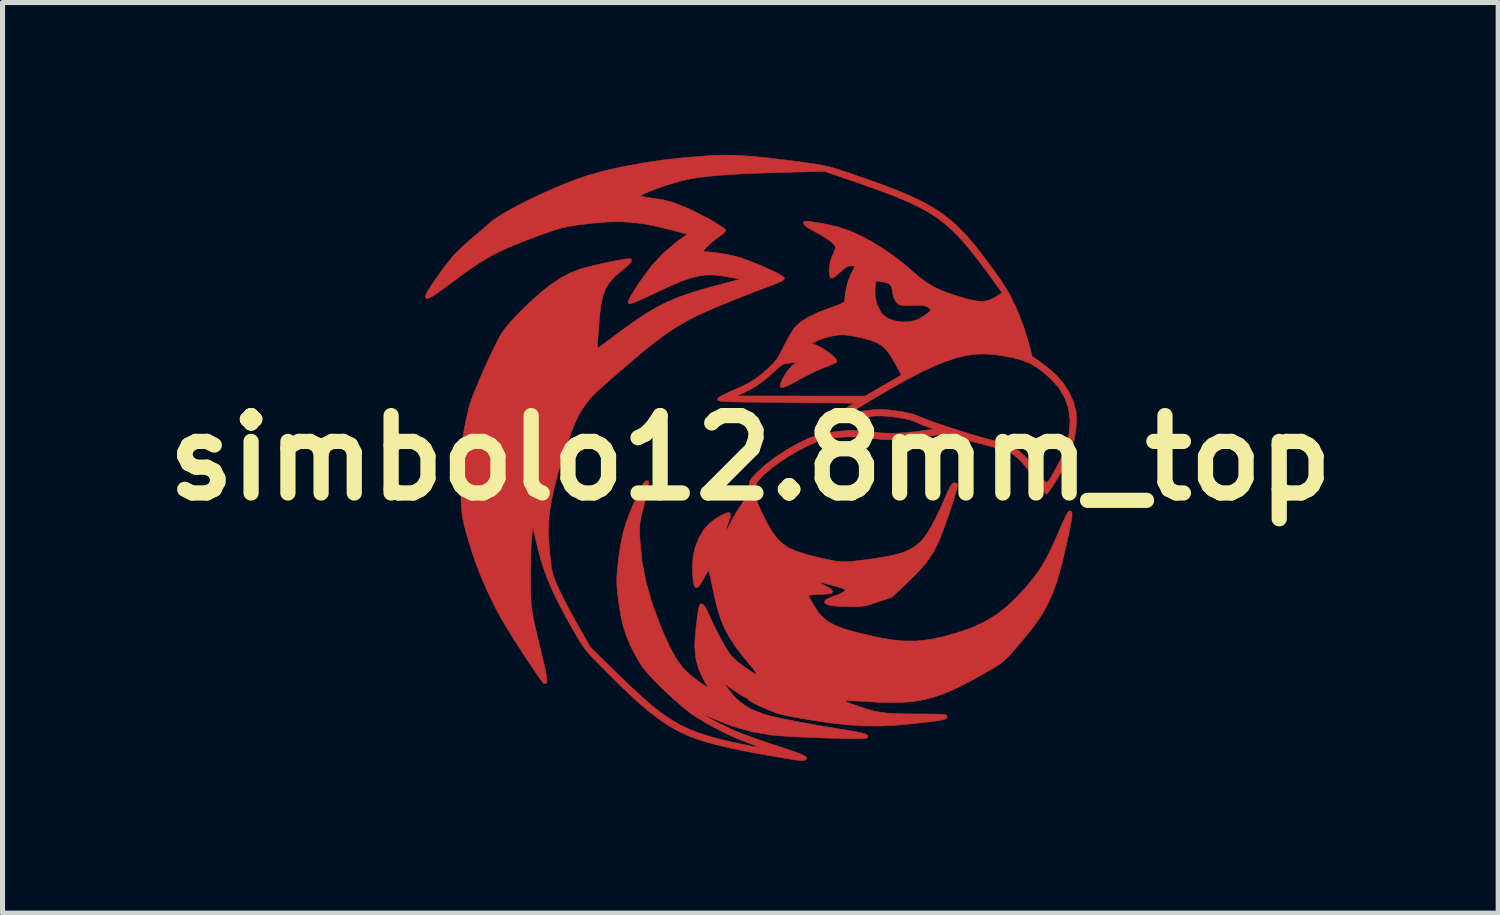
<source format=kicad_pcb>
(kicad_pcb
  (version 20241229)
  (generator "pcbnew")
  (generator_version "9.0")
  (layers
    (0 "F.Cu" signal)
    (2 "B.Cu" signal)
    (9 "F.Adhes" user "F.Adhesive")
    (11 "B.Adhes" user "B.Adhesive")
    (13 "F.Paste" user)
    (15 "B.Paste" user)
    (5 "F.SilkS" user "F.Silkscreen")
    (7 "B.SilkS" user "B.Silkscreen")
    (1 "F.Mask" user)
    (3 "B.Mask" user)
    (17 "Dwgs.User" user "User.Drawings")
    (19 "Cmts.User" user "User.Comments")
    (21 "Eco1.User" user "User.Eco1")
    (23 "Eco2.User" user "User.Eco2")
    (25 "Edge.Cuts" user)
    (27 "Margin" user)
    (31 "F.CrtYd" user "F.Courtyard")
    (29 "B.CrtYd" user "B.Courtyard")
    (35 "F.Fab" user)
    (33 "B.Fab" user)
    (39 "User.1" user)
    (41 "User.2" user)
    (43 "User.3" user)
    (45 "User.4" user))
  (footprint "simbolo12.8mm_top"
    (layer "F.Cu")
    (at 11.728 5.969)
    (property "Reference" "simbolo12.8mm_top" (at 0 0 0) (layer "F.SilkS") (effects (font (size 1.524 1.524) (thickness 0.3))))
    (attr through_hole)
    (fp_poly (pts (xy -0.376 -5.963) (xy -0.206 -5.957) (xy -0.019 -5.945) (xy 0.191 -5.926) (xy 0.433 -5.9) (xy 0.713 -5.865) (xy 0.912 -5.84) (xy 1.106 -5.814) (xy 1.261 -5.791) (xy 1.388 -5.77) (xy 1.498 -5.748) (xy 1.603 -5.721) (xy 1.713 -5.689) (xy 1.84 -5.647) (xy 1.953 -5.609) (xy 2.32 -5.482) (xy 2.643 -5.366) (xy 2.927 -5.256) (xy 3.178 -5.149) (xy 3.401 -5.041) (xy 3.6 -4.93) (xy 3.781 -4.81) (xy 3.949 -4.679) (xy 4.109 -4.533) (xy 4.266 -4.368) (xy 4.426 -4.181) (xy 4.593 -3.967) (xy 4.772 -3.725) (xy 4.925 -3.512) (xy 5.095 -3.24) (xy 5.248 -2.928) (xy 5.381 -2.586) (xy 5.464 -2.315) (xy 5.55 -2.001) (xy 5.698 -1.9) (xy 5.788 -1.833) (xy 5.894 -1.746) (xy 5.996 -1.657) (xy 6.017 -1.638) (xy 6.159 -1.478) (xy 6.278 -1.294) (xy 6.365 -1.1) (xy 6.414 -0.908) (xy 6.422 -0.834) (xy 6.42 -0.672) (xy 6.4 -0.487) (xy 6.364 -0.3) (xy 6.318 -0.128) (xy 6.277 -0.021) (xy 6.23 0.077) (xy 6.17 0.189) (xy 6.103 0.309) (xy 6.034 0.426) (xy 5.968 0.533) (xy 5.909 0.622) (xy 5.863 0.684) (xy 5.836 0.711) (xy 5.833 0.711) (xy 5.807 0.691) (xy 5.762 0.636) (xy 5.703 0.556) (xy 5.65 0.476) (xy 5.567 0.355) (xy 5.47 0.229) (xy 5.375 0.117) (xy 5.334 0.074) (xy 5.248 -0.011) (xy 5.177 -0.068) (xy 5.105 -0.109) (xy 5.013 -0.144) (xy 4.966 -0.16) (xy 4.836 -0.2) (xy 4.688 -0.241) (xy 4.552 -0.276) (xy 4.547 -0.277) (xy 4.415 -0.311) (xy 4.265 -0.354) (xy 4.126 -0.398) (xy 4.107 -0.404) (xy 3.883 -0.48) (xy 3.446 -0.418) (xy 3.188 -0.385) (xy 2.968 -0.365) (xy 2.773 -0.359) (xy 2.592 -0.365) (xy 2.414 -0.383) (xy 2.338 -0.395) (xy 2.125 -0.415) (xy 1.887 -0.414) (xy 1.643 -0.392) (xy 1.435 -0.356) (xy 1.299 -0.313) (xy 1.135 -0.242) (xy 0.956 -0.15) (xy 0.771 -0.043) (xy 0.592 0.073) (xy 0.429 0.192) (xy 0.292 0.307) (xy 0.249 0.348) (xy 0.177 0.423) (xy 0.134 0.477) (xy 0.112 0.525) (xy 0.103 0.583) (xy 0.1 0.648) (xy 0.101 0.723) (xy 0.11 0.791) (xy 0.133 0.865) (xy 0.172 0.959) (xy 0.215 1.053) (xy 0.321 1.268) (xy 0.42 1.44) (xy 0.521 1.577) (xy 0.63 1.684) (xy 0.755 1.768) (xy 0.905 1.836) (xy 1.086 1.894) (xy 1.257 1.938) (xy 1.433 1.979) (xy 1.57 2.009) (xy 1.679 2.03) (xy 1.771 2.041) (xy 1.857 2.045) (xy 1.949 2.041) (xy 2.056 2.03) (xy 2.191 2.014) (xy 2.248 2.007) (xy 2.503 1.971) (xy 2.713 1.935) (xy 2.886 1.896) (xy 3.028 1.851) (xy 3.146 1.798) (xy 3.247 1.736) (xy 3.337 1.66) (xy 3.379 1.619) (xy 3.456 1.522) (xy 3.544 1.38) (xy 3.642 1.198) (xy 3.747 0.979) (xy 3.837 0.775) (xy 3.892 0.649) (xy 3.934 0.565) (xy 3.968 0.514) (xy 3.997 0.491) (xy 4.01 0.487) (xy 4.061 0.497) (xy 4.079 0.518) (xy 4.077 0.556) (xy 4.059 0.633) (xy 4.028 0.741) (xy 3.987 0.873) (xy 3.94 1.019) (xy 3.887 1.171) (xy 3.834 1.322) (xy 3.781 1.464) (xy 3.732 1.587) (xy 3.69 1.685) (xy 3.683 1.699) (xy 3.614 1.834) (xy 3.541 1.953) (xy 3.458 2.068) (xy 3.356 2.186) (xy 3.229 2.319) (xy 3.087 2.458) (xy 2.789 2.742) (xy 2.506 2.837) (xy 2.379 2.879) (xy 2.283 2.906) (xy 2.198 2.921) (xy 2.108 2.928) (xy 1.994 2.928) (xy 1.93 2.927) (xy 1.756 2.922) (xy 1.626 2.913) (xy 1.538 2.897) (xy 1.485 2.875) (xy 1.462 2.846) (xy 1.46 2.833) (xy 1.475 2.8) (xy 1.524 2.768) (xy 1.613 2.733) (xy 1.745 2.683) (xy 1.83 2.641) (xy 1.867 2.608) (xy 1.863 2.591) (xy 1.833 2.577) (xy 1.769 2.555) (xy 1.684 2.529) (xy 1.59 2.503) (xy 1.5 2.479) (xy 1.426 2.461) (xy 1.38 2.452) (xy 1.372 2.453) (xy 1.392 2.469) (xy 1.446 2.5) (xy 1.5 2.528) (xy 1.582 2.576) (xy 1.618 2.617) (xy 1.621 2.636) (xy 1.609 2.657) (xy 1.578 2.671) (xy 1.518 2.68) (xy 1.419 2.686) (xy 1.378 2.687) (xy 1.276 2.692) (xy 1.196 2.698) (xy 1.15 2.704) (xy 1.143 2.708) (xy 1.155 2.735) (xy 1.187 2.794) (xy 1.232 2.873) (xy 1.242 2.891) (xy 1.311 3) (xy 1.382 3.092) (xy 1.462 3.17) (xy 1.556 3.238) (xy 1.67 3.298) (xy 1.809 3.352) (xy 1.98 3.405) (xy 2.189 3.459) (xy 2.441 3.517) (xy 2.5 3.53) (xy 2.775 3.58) (xy 3.028 3.605) (xy 3.274 3.604) (xy 3.525 3.576) (xy 3.793 3.52) (xy 4.051 3.449) (xy 4.352 3.346) (xy 4.614 3.226) (xy 4.848 3.084) (xy 5.064 2.913) (xy 5.247 2.736) (xy 5.401 2.57) (xy 5.531 2.419) (xy 5.642 2.274) (xy 5.741 2.126) (xy 5.834 1.964) (xy 5.926 1.779) (xy 6.024 1.563) (xy 6.099 1.388) (xy 6.151 1.268) (xy 6.199 1.166) (xy 6.238 1.091) (xy 6.264 1.051) (xy 6.269 1.048) (xy 6.309 1.042) (xy 6.331 1.067) (xy 6.336 1.126) (xy 6.324 1.225) (xy 6.3 1.35) (xy 6.229 1.681) (xy 6.163 1.967) (xy 6.099 2.216) (xy 6.035 2.434) (xy 5.967 2.627) (xy 5.893 2.802) (xy 5.811 2.964) (xy 5.716 3.122) (xy 5.607 3.28) (xy 5.48 3.445) (xy 5.333 3.623) (xy 5.227 3.747) (xy 5.136 3.851) (xy 5.063 3.931) (xy 4.996 3.994) (xy 4.927 4.049) (xy 4.842 4.105) (xy 4.733 4.17) (xy 4.62 4.235) (xy 4.337 4.392) (xy 4.084 4.521) (xy 3.855 4.624) (xy 3.641 4.702) (xy 3.431 4.758) (xy 3.219 4.795) (xy 2.994 4.814) (xy 2.749 4.818) (xy 2.475 4.808) (xy 2.384 4.803) (xy 2.195 4.792) (xy 2.053 4.784) (xy 1.954 4.78) (xy 1.893 4.78) (xy 1.868 4.785) (xy 1.875 4.795) (xy 1.908 4.811) (xy 1.965 4.832) (xy 1.994 4.842) (xy 2.165 4.902) (xy 2.31 4.949) (xy 2.44 4.983) (xy 2.565 5.008) (xy 2.696 5.024) (xy 2.844 5.034) (xy 3.02 5.039) (xy 3.235 5.041) (xy 3.264 5.041) (xy 3.455 5.041) (xy 3.602 5.042) (xy 3.709 5.045) (xy 3.784 5.048) (xy 3.832 5.054) (xy 3.859 5.062) (xy 3.871 5.074) (xy 3.873 5.089) (xy 3.873 5.092) (xy 3.871 5.112) (xy 3.86 5.128) (xy 3.835 5.142) (xy 3.79 5.156) (xy 3.72 5.169) (xy 3.619 5.184) (xy 3.481 5.201) (xy 3.301 5.222) (xy 3.2 5.233) (xy 2.867 5.264) (xy 2.552 5.279) (xy 2.243 5.276) (xy 1.925 5.256) (xy 1.583 5.218) (xy 1.344 5.185) (xy 1.171 5.157) (xy 1.001 5.129) (xy 0.846 5.101) (xy 0.716 5.076) (xy 0.625 5.056) (xy 0.62 5.055) (xy 0.527 5.027) (xy 0.417 4.987) (xy 0.3 4.939) (xy 0.186 4.889) (xy 0.084 4.839) (xy 0.005 4.796) (xy -0.042 4.762) (xy -0.051 4.749) (xy -0.071 4.726) (xy -0.083 4.724) (xy -0.116 4.71) (xy -0.18 4.673) (xy -0.263 4.619) (xy -0.314 4.583) (xy -0.513 4.442) (xy -0.429 4.56) (xy -0.292 4.724) (xy -0.139 4.854) (xy 0.041 4.958) (xy 0.259 5.042) (xy 0.291 5.052) (xy 0.395 5.081) (xy 0.542 5.114) (xy 0.726 5.153) (xy 0.94 5.195) (xy 1.176 5.238) (xy 1.428 5.282) (xy 1.689 5.326) (xy 1.838 5.35) (xy 2.015 5.379) (xy 2.147 5.404) (xy 2.237 5.426) (xy 2.291 5.448) (xy 2.313 5.472) (xy 2.307 5.498) (xy 2.291 5.517) (xy 2.259 5.523) (xy 2.184 5.526) (xy 2.071 5.528) (xy 1.928 5.527) (xy 1.762 5.524) (xy 1.579 5.519) (xy 1.386 5.513) (xy 1.19 5.505) (xy 0.998 5.497) (xy 0.817 5.487) (xy 0.653 5.477) (xy 0.513 5.467) (xy 0.419 5.458) (xy 0.031 5.393) (xy -0.348 5.284) (xy -0.6 5.186) (xy -0.71 5.139) (xy -0.8 5.102) (xy -0.863 5.077) (xy -0.889 5.069) (xy -0.889 5.069) (xy -0.868 5.087) (xy -0.809 5.121) (xy -0.724 5.168) (xy -0.62 5.221) (xy -0.507 5.277) (xy -0.395 5.331) (xy -0.292 5.378) (xy -0.241 5.399) (xy -0.148 5.436) (xy -0.017 5.484) (xy 0.14 5.539) (xy 0.312 5.599) (xy 0.49 5.659) (xy 0.546 5.677) (xy 0.729 5.737) (xy 0.868 5.785) (xy 0.969 5.822) (xy 1.038 5.852) (xy 1.08 5.875) (xy 1.101 5.894) (xy 1.105 5.908) (xy 1.096 5.938) (xy 1.065 5.955) (xy 1.006 5.959) (xy 0.911 5.95) (xy 0.774 5.93) (xy 0.762 5.928) (xy 0.39 5.864) (xy 0.064 5.805) (xy -0.222 5.75) (xy -0.47 5.696) (xy -0.687 5.644) (xy -0.877 5.592) (xy -1.045 5.538) (xy -1.194 5.483) (xy -1.272 5.45) (xy -1.443 5.368) (xy -1.616 5.268) (xy -1.797 5.146) (xy -1.989 4.998) (xy -2.197 4.823) (xy -2.424 4.615) (xy -2.675 4.373) (xy -2.848 4.199) (xy -2.984 4.062) (xy -3.09 3.952) (xy -3.174 3.861) (xy -3.241 3.781) (xy -3.298 3.705) (xy -3.353 3.622) (xy -3.411 3.526) (xy -3.479 3.408) (xy -3.481 3.404) (xy -3.641 3.119) (xy -3.774 2.867) (xy -3.886 2.639) (xy -3.979 2.427) (xy -4.057 2.221) (xy -4.124 2.014) (xy -4.183 1.795) (xy -4.215 1.664) (xy -4.263 1.458) (xy -3.98 1.458) (xy -3.975 1.587) (xy -3.958 1.793) (xy -3.943 1.958) (xy -3.928 2.089) (xy -3.911 2.195) (xy -3.89 2.287) (xy -3.863 2.371) (xy -3.828 2.458) (xy -3.784 2.555) (xy -3.758 2.611) (xy -3.692 2.745) (xy -3.609 2.906) (xy -3.517 3.078) (xy -3.425 3.245) (xy -3.38 3.325) (xy -3.151 3.726) (xy -2.636 4.231) (xy -2.383 4.476) (xy -2.158 4.685) (xy -1.953 4.864) (xy -1.762 5.015) (xy -1.58 5.141) (xy -1.399 5.248) (xy -1.213 5.339) (xy -1.016 5.416) (xy -0.803 5.484) (xy -0.565 5.547) (xy -0.298 5.608) (xy -0.269 5.614) (xy -0.119 5.646) (xy -0.012 5.668) (xy 0.06 5.681) (xy 0.102 5.687) (xy 0.122 5.686) (xy 0.127 5.68) (xy 0.105 5.668) (xy 0.046 5.644) (xy -0.039 5.613) (xy -0.07 5.602) (xy -0.251 5.531) (xy -0.456 5.439) (xy -0.669 5.332) (xy -0.877 5.219) (xy -1.061 5.107) (xy -1.159 5.042) (xy -0.94 5.042) (xy -0.927 5.055) (xy -0.914 5.042) (xy -0.927 5.029) (xy -0.94 5.042) (xy -1.159 5.042) (xy -1.168 5.036) (xy -1.267 4.96) (xy -1.39 4.857) (xy -1.525 4.738) (xy -1.661 4.612) (xy -1.759 4.517) (xy -1.887 4.388) (xy -1.985 4.284) (xy -2.062 4.197) (xy -2.124 4.117) (xy -2.179 4.034) (xy -2.235 3.94) (xy -2.257 3.901) (xy -2.362 3.699) (xy -2.443 3.506) (xy -2.506 3.309) (xy -2.555 3.091) (xy -2.594 2.839) (xy -2.595 2.832) (xy -2.615 2.671) (xy -2.627 2.544) (xy -2.632 2.437) (xy -2.63 2.335) (xy -2.621 2.221) (xy -2.617 2.172) (xy -2.586 1.908) (xy -2.551 1.682) (xy -2.507 1.478) (xy -2.451 1.284) (xy -2.379 1.085) (xy -2.287 0.867) (xy -2.239 0.762) (xy -2.176 0.629) (xy -2.129 0.536) (xy -2.092 0.479) (xy -2.063 0.45) (xy -2.044 0.445) (xy -2.018 0.449) (xy -2.003 0.468) (xy -1.999 0.506) (xy -2.007 0.57) (xy -2.028 0.666) (xy -2.061 0.801) (xy -2.094 0.927) (xy -2.132 1.07) (xy -2.157 1.178) (xy -2.173 1.268) (xy -2.18 1.352) (xy -2.181 1.447) (xy -2.178 1.567) (xy -2.176 1.6) (xy -2.137 2.024) (xy -2.05 2.464) (xy -1.917 2.92) (xy -1.736 3.393) (xy -1.585 3.726) (xy -1.469 3.94) (xy -1.342 4.116) (xy -1.19 4.269) (xy -1.003 4.412) (xy -0.993 4.419) (xy -0.83 4.528) (xy -0.908 4.391) (xy -1.015 4.168) (xy -1.077 3.946) (xy -1.097 3.713) (xy -1.097 3.706) (xy -1.094 3.614) (xy -1.085 3.498) (xy -1.073 3.367) (xy -1.058 3.233) (xy -1.042 3.108) (xy -1.025 3.001) (xy -1.01 2.924) (xy -0.999 2.889) (xy -0.965 2.868) (xy -0.923 2.89) (xy -0.878 2.952) (xy -0.859 2.991) (xy -0.785 3.157) (xy -0.704 3.326) (xy -0.621 3.489) (xy -0.541 3.638) (xy -0.468 3.763) (xy -0.408 3.856) (xy -0.381 3.891) (xy -0.31 3.961) (xy -0.214 4.042) (xy -0.106 4.124) (xy -0.001 4.195) (xy 0.088 4.246) (xy 0.117 4.259) (xy 0.124 4.251) (xy 0.101 4.211) (xy 0.051 4.146) (xy 0.024 4.113) (xy -0.157 3.898) (xy -0.303 3.704) (xy -0.421 3.522) (xy -0.516 3.339) (xy -0.594 3.147) (xy -0.659 2.934) (xy -0.717 2.689) (xy -0.736 2.598) (xy -0.763 2.468) (xy -0.787 2.357) (xy -0.806 2.273) (xy -0.818 2.226) (xy -0.821 2.219) (xy -0.836 2.235) (xy -0.869 2.286) (xy -0.912 2.362) (xy -0.926 2.388) (xy -0.987 2.491) (xy -1.037 2.547) (xy -1.077 2.555) (xy -1.107 2.514) (xy -1.127 2.424) (xy -1.139 2.285) (xy -1.142 2.167) (xy -1.13 1.954) (xy -1.09 1.765) (xy -1.016 1.58) (xy -0.997 1.542) (xy -0.908 1.399) (xy -0.802 1.283) (xy -0.665 1.183) (xy -0.575 1.131) (xy -0.478 1.085) (xy -0.417 1.074) (xy -0.391 1.1) (xy -0.397 1.165) (xy -0.428 1.258) (xy -0.464 1.359) (xy -0.48 1.414) (xy -0.475 1.424) (xy -0.45 1.387) (xy -0.407 1.303) (xy -0.396 1.282) (xy -0.34 1.177) (xy -0.267 1.053) (xy -0.19 0.934) (xy -0.168 0.902) (xy -0.101 0.804) (xy -0.058 0.733) (xy -0.036 0.675) (xy -0.027 0.617) (xy -0.025 0.571) (xy -0.023 0.507) (xy -0.013 0.458) (xy 0.013 0.412) (xy 0.062 0.355) (xy 0.133 0.281) (xy 0.301 0.129) (xy 0.502 -0.023) (xy 0.722 -0.166) (xy 0.946 -0.293) (xy 1.163 -0.394) (xy 1.299 -0.444) (xy 1.497 -0.493) (xy 1.721 -0.526) (xy 1.953 -0.543) (xy 2.174 -0.541) (xy 2.35 -0.521) (xy 2.567 -0.493) (xy 2.791 -0.485) (xy 3.035 -0.496) (xy 3.301 -0.525) (xy 3.618 -0.567) (xy 3.491 -0.61) (xy 3.392 -0.647) (xy 3.293 -0.69) (xy 3.262 -0.706) (xy 3.171 -0.74) (xy 3.044 -0.771) (xy 2.896 -0.797) (xy 2.74 -0.817) (xy 2.592 -0.828) (xy 2.466 -0.828) (xy 2.438 -0.826) (xy 2.344 -0.815) (xy 2.219 -0.797) (xy 2.079 -0.777) (xy 1.971 -0.759) (xy 1.851 -0.741) (xy 1.747 -0.727) (xy 1.671 -0.721) (xy 1.634 -0.722) (xy 1.602 -0.748) (xy 1.613 -0.787) (xy 1.667 -0.841) (xy 1.75 -0.9) (xy 1.989 -0.9) (xy 2.015 -0.902) (xy 2.08 -0.909) (xy 2.175 -0.921) (xy 2.273 -0.933) (xy 2.403 -0.949) (xy 2.508 -0.956) (xy 2.606 -0.956) (xy 2.717 -0.947) (xy 2.859 -0.93) (xy 2.86 -0.93) (xy 3.038 -0.902) (xy 3.179 -0.87) (xy 3.297 -0.83) (xy 3.333 -0.814) (xy 3.435 -0.772) (xy 3.575 -0.72) (xy 3.743 -0.661) (xy 3.931 -0.598) (xy 4.128 -0.535) (xy 4.324 -0.474) (xy 4.509 -0.419) (xy 4.672 -0.373) (xy 4.736 -0.357) (xy 4.869 -0.321) (xy 4.998 -0.281) (xy 5.106 -0.243) (xy 5.172 -0.215) (xy 5.288 -0.141) (xy 5.415 -0.027) (xy 5.547 0.117) (xy 5.675 0.285) (xy 5.71 0.337) (xy 5.759 0.411) (xy 5.796 0.46) (xy 5.826 0.479) (xy 5.857 0.466) (xy 5.894 0.418) (xy 5.945 0.332) (xy 6.015 0.206) (xy 6.017 0.203) (xy 6.116 0.015) (xy 6.188 -0.15) (xy 6.239 -0.305) (xy 6.273 -0.467) (xy 6.275 -0.482) (xy 6.294 -0.737) (xy 6.265 -0.973) (xy 6.188 -1.193) (xy 6.064 -1.395) (xy 5.902 -1.571) (xy 5.758 -1.696) (xy 5.621 -1.795) (xy 5.482 -1.872) (xy 5.33 -1.931) (xy 5.154 -1.978) (xy 4.944 -2.015) (xy 4.796 -2.036) (xy 4.62 -2.049) (xy 4.44 -2.044) (xy 4.253 -2.018) (xy 4.054 -1.97) (xy 3.839 -1.899) (xy 3.604 -1.803) (xy 3.345 -1.681) (xy 3.058 -1.53) (xy 2.738 -1.351) (xy 2.472 -1.194) (xy 2.331 -1.11) (xy 2.207 -1.035) (xy 2.106 -0.973) (xy 2.032 -0.928) (xy 1.994 -0.903) (xy 1.989 -0.9) (xy 1.75 -0.9) (xy 1.766 -0.911) (xy 1.82 -0.945) (xy 2.04 -1.079) (xy 0.696 -1.092) (xy 0.401 -1.095) (xy 0.152 -1.098) (xy -0.054 -1.1) (xy -0.222 -1.103) (xy -0.354 -1.106) (xy -0.456 -1.11) (xy -0.531 -1.114) (xy -0.584 -1.119) (xy -0.618 -1.125) (xy -0.637 -1.132) (xy -0.646 -1.141) (xy -0.648 -1.151) (xy -0.648 -1.152) (xy -0.636 -1.178) (xy -0.597 -1.208) (xy -0.573 -1.222) (xy -0.267 -1.222) (xy 0.997 -1.22) (xy 2.26 -1.219) (xy 2.971 -1.634) (xy 2.863 -1.836) (xy 2.776 -1.989) (xy 2.693 -2.107) (xy 2.605 -2.196) (xy 2.501 -2.264) (xy 2.371 -2.316) (xy 2.208 -2.36) (xy 2.081 -2.387) (xy 1.958 -2.41) (xy 1.868 -2.423) (xy 1.795 -2.426) (xy 1.722 -2.42) (xy 1.635 -2.405) (xy 1.621 -2.403) (xy 1.509 -2.376) (xy 1.4 -2.343) (xy 1.319 -2.31) (xy 1.318 -2.31) (xy 1.208 -2.254) (xy 1.316 -2.213) (xy 1.392 -2.176) (xy 1.478 -2.122) (xy 1.563 -2.061) (xy 1.636 -2) (xy 1.686 -1.947) (xy 1.702 -1.916) (xy 1.7 -1.899) (xy 1.69 -1.884) (xy 1.664 -1.867) (xy 1.615 -1.844) (xy 1.534 -1.811) (xy 1.415 -1.764) (xy 1.391 -1.755) (xy 1.285 -1.709) (xy 1.155 -1.646) (xy 1.019 -1.575) (xy 0.925 -1.523) (xy 0.789 -1.448) (xy 0.691 -1.403) (xy 0.626 -1.386) (xy 0.592 -1.396) (xy 0.584 -1.423) (xy 0.599 -1.483) (xy 0.637 -1.566) (xy 0.69 -1.657) (xy 0.749 -1.741) (xy 0.804 -1.802) (xy 0.808 -1.806) (xy 0.902 -1.885) (xy 0.762 -1.868) (xy 0.691 -1.856) (xy 0.635 -1.837) (xy 0.579 -1.802) (xy 0.51 -1.742) (xy 0.457 -1.692) (xy 0.283 -1.537) (xy 0.115 -1.416) (xy -0.064 -1.316) (xy -0.109 -1.294) (xy -0.267 -1.222) (xy -0.573 -1.222) (xy -0.525 -1.248) (xy -0.414 -1.3) (xy -0.341 -1.332) (xy -0.162 -1.413) (xy -0.017 -1.487) (xy 0.106 -1.564) (xy 0.222 -1.653) (xy 0.346 -1.761) (xy 0.369 -1.782) (xy 0.45 -1.863) (xy 0.515 -1.942) (xy 0.572 -2.032) (xy 0.634 -2.15) (xy 0.657 -2.198) (xy 0.719 -2.318) (xy 0.784 -2.434) (xy 0.845 -2.531) (xy 0.881 -2.579) (xy 0.993 -2.682) (xy 1.156 -2.783) (xy 1.368 -2.882) (xy 1.609 -2.971) (xy 1.712 -3.007) (xy 1.793 -3.042) (xy 1.844 -3.069) (xy 1.855 -3.082) (xy 1.867 -3.222) (xy 1.887 -3.333) (xy 2.454 -3.333) (xy 2.457 -3.176) (xy 2.495 -3.019) (xy 2.565 -2.88) (xy 2.613 -2.818) (xy 2.707 -2.749) (xy 2.833 -2.703) (xy 2.977 -2.68) (xy 3.123 -2.682) (xy 3.257 -2.712) (xy 3.309 -2.734) (xy 3.379 -2.775) (xy 3.452 -2.824) (xy 3.513 -2.871) (xy 3.55 -2.907) (xy 3.556 -2.918) (xy 3.536 -2.94) (xy 3.488 -2.972) (xy 3.485 -2.974) (xy 3.433 -2.995) (xy 3.363 -3.005) (xy 3.261 -3.005) (xy 3.197 -3.003) (xy 3.058 -3) (xy 2.962 -3.009) (xy 2.923 -3.022) (xy 2.868 -3.075) (xy 2.823 -3.159) (xy 2.797 -3.256) (xy 2.794 -3.296) (xy 2.78 -3.376) (xy 2.733 -3.428) (xy 2.647 -3.459) (xy 2.601 -3.467) (xy 2.471 -3.484) (xy 2.454 -3.333) (xy 1.887 -3.333) (xy 1.894 -3.371) (xy 1.932 -3.508) (xy 1.974 -3.612) (xy 2.013 -3.687) (xy 2.042 -3.744) (xy 2.053 -3.766) (xy 2.037 -3.779) (xy 1.987 -3.785) (xy 1.982 -3.785) (xy 1.926 -3.775) (xy 1.865 -3.74) (xy 1.786 -3.675) (xy 1.765 -3.655) (xy 1.676 -3.578) (xy 1.615 -3.542) (xy 1.576 -3.549) (xy 1.556 -3.598) (xy 1.549 -3.691) (xy 1.549 -3.694) (xy 1.574 -3.869) (xy 1.613 -3.978) (xy 1.647 -4.059) (xy 1.67 -4.124) (xy 1.676 -4.154) (xy 1.654 -4.197) (xy 1.591 -4.256) (xy 1.494 -4.326) (xy 1.369 -4.402) (xy 1.264 -4.459) (xy 1.145 -4.526) (xy 1.072 -4.578) (xy 1.042 -4.619) (xy 1.054 -4.652) (xy 1.066 -4.66) (xy 1.103 -4.663) (xy 1.179 -4.656) (xy 1.284 -4.641) (xy 1.409 -4.619) (xy 1.542 -4.593) (xy 1.675 -4.563) (xy 1.734 -4.548) (xy 1.939 -4.481) (xy 2.166 -4.379) (xy 2.407 -4.25) (xy 2.651 -4.098) (xy 2.889 -3.929) (xy 3.111 -3.749) (xy 3.175 -3.693) (xy 3.326 -3.562) (xy 3.468 -3.457) (xy 3.613 -3.37) (xy 3.774 -3.295) (xy 3.963 -3.225) (xy 4.162 -3.162) (xy 4.335 -3.115) (xy 4.473 -3.089) (xy 4.585 -3.085) (xy 4.682 -3.102) (xy 4.776 -3.141) (xy 4.839 -3.178) (xy 4.957 -3.252) (xy 4.861 -3.385) (xy 4.66 -3.662) (xy 4.479 -3.904) (xy 4.312 -4.115) (xy 4.154 -4.299) (xy 3.999 -4.46) (xy 3.843 -4.601) (xy 3.679 -4.727) (xy 3.503 -4.841) (xy 3.308 -4.947) (xy 3.09 -5.05) (xy 2.844 -5.153) (xy 2.563 -5.26) (xy 2.242 -5.374) (xy 1.994 -5.461) (xy 1.46 -5.644) (xy 0.787 -5.627) (xy 0.408 -5.617) (xy 0.075 -5.605) (xy -0.216 -5.592) (xy -0.471 -5.577) (xy -0.694 -5.559) (xy -0.889 -5.539) (xy -1.061 -5.516) (xy -1.215 -5.489) (xy -1.356 -5.457) (xy -1.479 -5.424) (xy -1.622 -5.381) (xy -1.761 -5.334) (xy -1.891 -5.287) (xy -2.002 -5.243) (xy -2.089 -5.205) (xy -2.143 -5.175) (xy -2.157 -5.157) (xy -2.155 -5.155) (xy -2.113 -5.144) (xy -2.038 -5.131) (xy -1.957 -5.121) (xy -1.734 -5.088) (xy -1.518 -5.03) (xy -1.293 -4.944) (xy -1.196 -4.9) (xy -1.033 -4.82) (xy -0.879 -4.74) (xy -0.742 -4.665) (xy -0.628 -4.597) (xy -0.543 -4.541) (xy -0.493 -4.5) (xy -0.483 -4.482) (xy -0.502 -4.451) (xy -0.554 -4.403) (xy -0.626 -4.349) (xy -0.629 -4.347) (xy -0.718 -4.281) (xy -0.8 -4.214) (xy -0.865 -4.151) (xy -0.909 -4.101) (xy -0.923 -4.07) (xy -0.913 -4.064) (xy -0.77 -4.054) (xy -0.601 -4.032) (xy -0.426 -4.001) (xy -0.267 -3.964) (xy -0.181 -3.939) (xy -0.028 -3.884) (xy 0.127 -3.823) (xy 0.276 -3.76) (xy 0.411 -3.699) (xy 0.526 -3.642) (xy 0.612 -3.593) (xy 0.663 -3.556) (xy 0.673 -3.539) (xy 0.66 -3.513) (xy 0.615 -3.483) (xy 0.534 -3.445) (xy 0.41 -3.397) (xy 0.406 -3.395) (xy 0.166 -3.305) (xy -0.077 -3.211) (xy -0.314 -3.117) (xy -0.537 -3.026) (xy -0.739 -2.941) (xy -0.912 -2.866) (xy -1.047 -2.804) (xy -1.079 -2.788) (xy -1.24 -2.704) (xy -1.394 -2.616) (xy -1.548 -2.52) (xy -1.707 -2.41) (xy -1.877 -2.283) (xy -2.064 -2.135) (xy -2.273 -1.961) (xy -2.511 -1.757) (xy -2.603 -1.677) (xy -2.755 -1.545) (xy -2.874 -1.44) (xy -2.966 -1.358) (xy -3.036 -1.294) (xy -3.089 -1.241) (xy -3.133 -1.195) (xy -3.171 -1.15) (xy -3.21 -1.1) (xy -3.24 -1.06) (xy -3.308 -0.965) (xy -3.369 -0.865) (xy -3.426 -0.752) (xy -3.484 -0.618) (xy -3.546 -0.455) (xy -3.616 -0.255) (xy -3.658 -0.127) (xy -3.778 0.261) (xy -3.87 0.61) (xy -3.934 0.924) (xy -3.97 1.205) (xy -3.98 1.458) (xy -4.263 1.458) (xy -4.286 1.359) (xy -4.308 1.587) (xy -4.315 1.684) (xy -4.321 1.82) (xy -4.326 1.982) (xy -4.328 2.159) (xy -4.329 2.339) (xy -4.329 2.362) (xy -4.329 2.519) (xy -4.327 2.651) (xy -4.323 2.768) (xy -4.315 2.876) (xy -4.303 2.983) (xy -4.285 3.096) (xy -4.261 3.224) (xy -4.228 3.374) (xy -4.186 3.554) (xy -4.134 3.77) (xy -4.098 3.92) (xy -4.055 4.101) (xy -4.026 4.237) (xy -4.01 4.335) (xy -4.007 4.399) (xy -4.016 4.434) (xy -4.038 4.445) (xy -4.071 4.438) (xy -4.095 4.413) (xy -4.141 4.352) (xy -4.205 4.26) (xy -4.284 4.144) (xy -4.374 4.01) (xy -4.47 3.864) (xy -4.567 3.713) (xy -4.663 3.563) (xy -4.753 3.42) (xy -4.832 3.29) (xy -4.897 3.18) (xy -4.914 3.151) (xy -5.044 2.908) (xy -5.173 2.638) (xy -5.295 2.36) (xy -5.402 2.089) (xy -5.488 1.84) (xy -5.496 1.814) (xy -5.555 1.617) (xy -5.601 1.459) (xy -5.636 1.327) (xy -5.661 1.21) (xy -5.679 1.099) (xy -5.691 0.98) (xy -5.698 0.845) (xy -5.703 0.681) (xy -5.707 0.533) (xy -5.711 0.34) (xy -5.712 0.186) (xy -5.711 0.059) (xy -5.705 -0.052) (xy -5.696 -0.159) (xy -5.682 -0.274) (xy -5.662 -0.407) (xy -5.655 -0.451) (xy -5.627 -0.613) (xy -5.593 -0.777) (xy -5.559 -0.929) (xy -5.526 -1.053) (xy -5.513 -1.092) (xy -5.465 -1.226) (xy -5.402 -1.386) (xy -5.327 -1.564) (xy -5.246 -1.75) (xy -5.162 -1.935) (xy -5.08 -2.109) (xy -5.004 -2.264) (xy -4.938 -2.39) (xy -4.887 -2.477) (xy -4.823 -2.562) (xy -4.734 -2.668) (xy -4.629 -2.784) (xy -4.52 -2.897) (xy -4.499 -2.917) (xy -4.276 -3.128) (xy -4.076 -3.302) (xy -3.893 -3.442) (xy -3.721 -3.554) (xy -3.553 -3.642) (xy -3.384 -3.709) (xy -3.311 -3.732) (xy -3.205 -3.761) (xy -3.077 -3.793) (xy -2.937 -3.825) (xy -2.794 -3.856) (xy -2.658 -3.883) (xy -2.539 -3.906) (xy -2.444 -3.921) (xy -2.385 -3.927) (xy -2.37 -3.926) (xy -2.341 -3.903) (xy -2.347 -3.866) (xy -2.391 -3.812) (xy -2.475 -3.737) (xy -2.528 -3.695) (xy -2.674 -3.57) (xy -2.78 -3.452) (xy -2.856 -3.327) (xy -2.908 -3.182) (xy -2.944 -3.01) (xy -2.954 -2.936) (xy -2.965 -2.834) (xy -2.976 -2.713) (xy -2.987 -2.583) (xy -2.997 -2.456) (xy -3.005 -2.34) (xy -3.011 -2.246) (xy -3.012 -2.184) (xy -3.011 -2.165) (xy -2.99 -2.177) (xy -2.935 -2.215) (xy -2.854 -2.274) (xy -2.754 -2.348) (xy -2.684 -2.401) (xy -2.434 -2.585) (xy -2.213 -2.741) (xy -2.011 -2.872) (xy -1.819 -2.983) (xy -1.628 -3.078) (xy -1.428 -3.162) (xy -1.209 -3.24) (xy -0.964 -3.315) (xy -0.681 -3.394) (xy -0.614 -3.412) (xy -0.2 -3.522) (xy -0.453 -3.568) (xy -0.604 -3.592) (xy -0.742 -3.604) (xy -0.873 -3.603) (xy -1.005 -3.586) (xy -1.146 -3.553) (xy -1.303 -3.501) (xy -1.483 -3.428) (xy -1.694 -3.334) (xy -1.904 -3.234) (xy -2.043 -3.169) (xy -2.168 -3.113) (xy -2.272 -3.07) (xy -2.345 -3.043) (xy -2.382 -3.035) (xy -2.383 -3.035) (xy -2.402 -3.049) (xy -2.407 -3.074) (xy -2.394 -3.116) (xy -2.361 -3.18) (xy -2.306 -3.272) (xy -2.225 -3.398) (xy -2.178 -3.469) (xy -1.953 -3.777) (xy -1.71 -4.039) (xy -1.446 -4.262) (xy -1.401 -4.294) (xy -1.243 -4.405) (xy -1.504 -4.476) (xy -1.801 -4.551) (xy -2.066 -4.605) (xy -2.313 -4.638) (xy -2.555 -4.653) (xy -2.807 -4.648) (xy -3.083 -4.626) (xy -3.308 -4.599) (xy -3.465 -4.578) (xy -3.593 -4.556) (xy -3.707 -4.531) (xy -3.822 -4.499) (xy -3.953 -4.456) (xy -4.115 -4.398) (xy -4.132 -4.392) (xy -4.4 -4.292) (xy -4.628 -4.202) (xy -4.827 -4.117) (xy -5.006 -4.031) (xy -5.174 -3.94) (xy -5.34 -3.839) (xy -5.515 -3.722) (xy -5.707 -3.584) (xy -5.875 -3.459) (xy -6.037 -3.34) (xy -6.163 -3.25) (xy -6.257 -3.188) (xy -6.324 -3.153) (xy -6.368 -3.141) (xy -6.392 -3.151) (xy -6.401 -3.181) (xy -6.401 -3.189) (xy -6.386 -3.229) (xy -6.346 -3.301) (xy -6.285 -3.397) (xy -6.21 -3.508) (xy -6.125 -3.628) (xy -6.038 -3.748) (xy -5.952 -3.86) (xy -5.874 -3.955) (xy -5.838 -3.997) (xy -5.756 -4.081) (xy -5.648 -4.184) (xy -5.527 -4.292) (xy -5.407 -4.394) (xy -5.399 -4.4) (xy -5.298 -4.484) (xy -5.212 -4.557) (xy -5.148 -4.613) (xy -5.113 -4.647) (xy -5.11 -4.652) (xy -5.086 -4.672) (xy -5.026 -4.713) (xy -4.939 -4.768) (xy -4.832 -4.833) (xy -4.795 -4.855) (xy -4.596 -4.965) (xy -4.361 -5.084) (xy -4.099 -5.208) (xy -3.824 -5.329) (xy -3.546 -5.443) (xy -3.502 -5.461) (xy -3.212 -5.561) (xy -2.88 -5.654) (xy -2.512 -5.737) (xy -2.116 -5.81) (xy -1.701 -5.871) (xy -1.273 -5.918) (xy -0.84 -5.951) (xy -0.696 -5.959) (xy -0.537 -5.964) (xy -0.376 -5.963)) (stroke (width 0.01) (type solid)) (fill yes) (layer "F.Cu")))
  (gr_rect
    (start -3 -3)
    (end 26.455 14.933)
    (stroke (width 0.1) (type default))
    (fill no)
    (layer "Edge.Cuts")))
</source>
